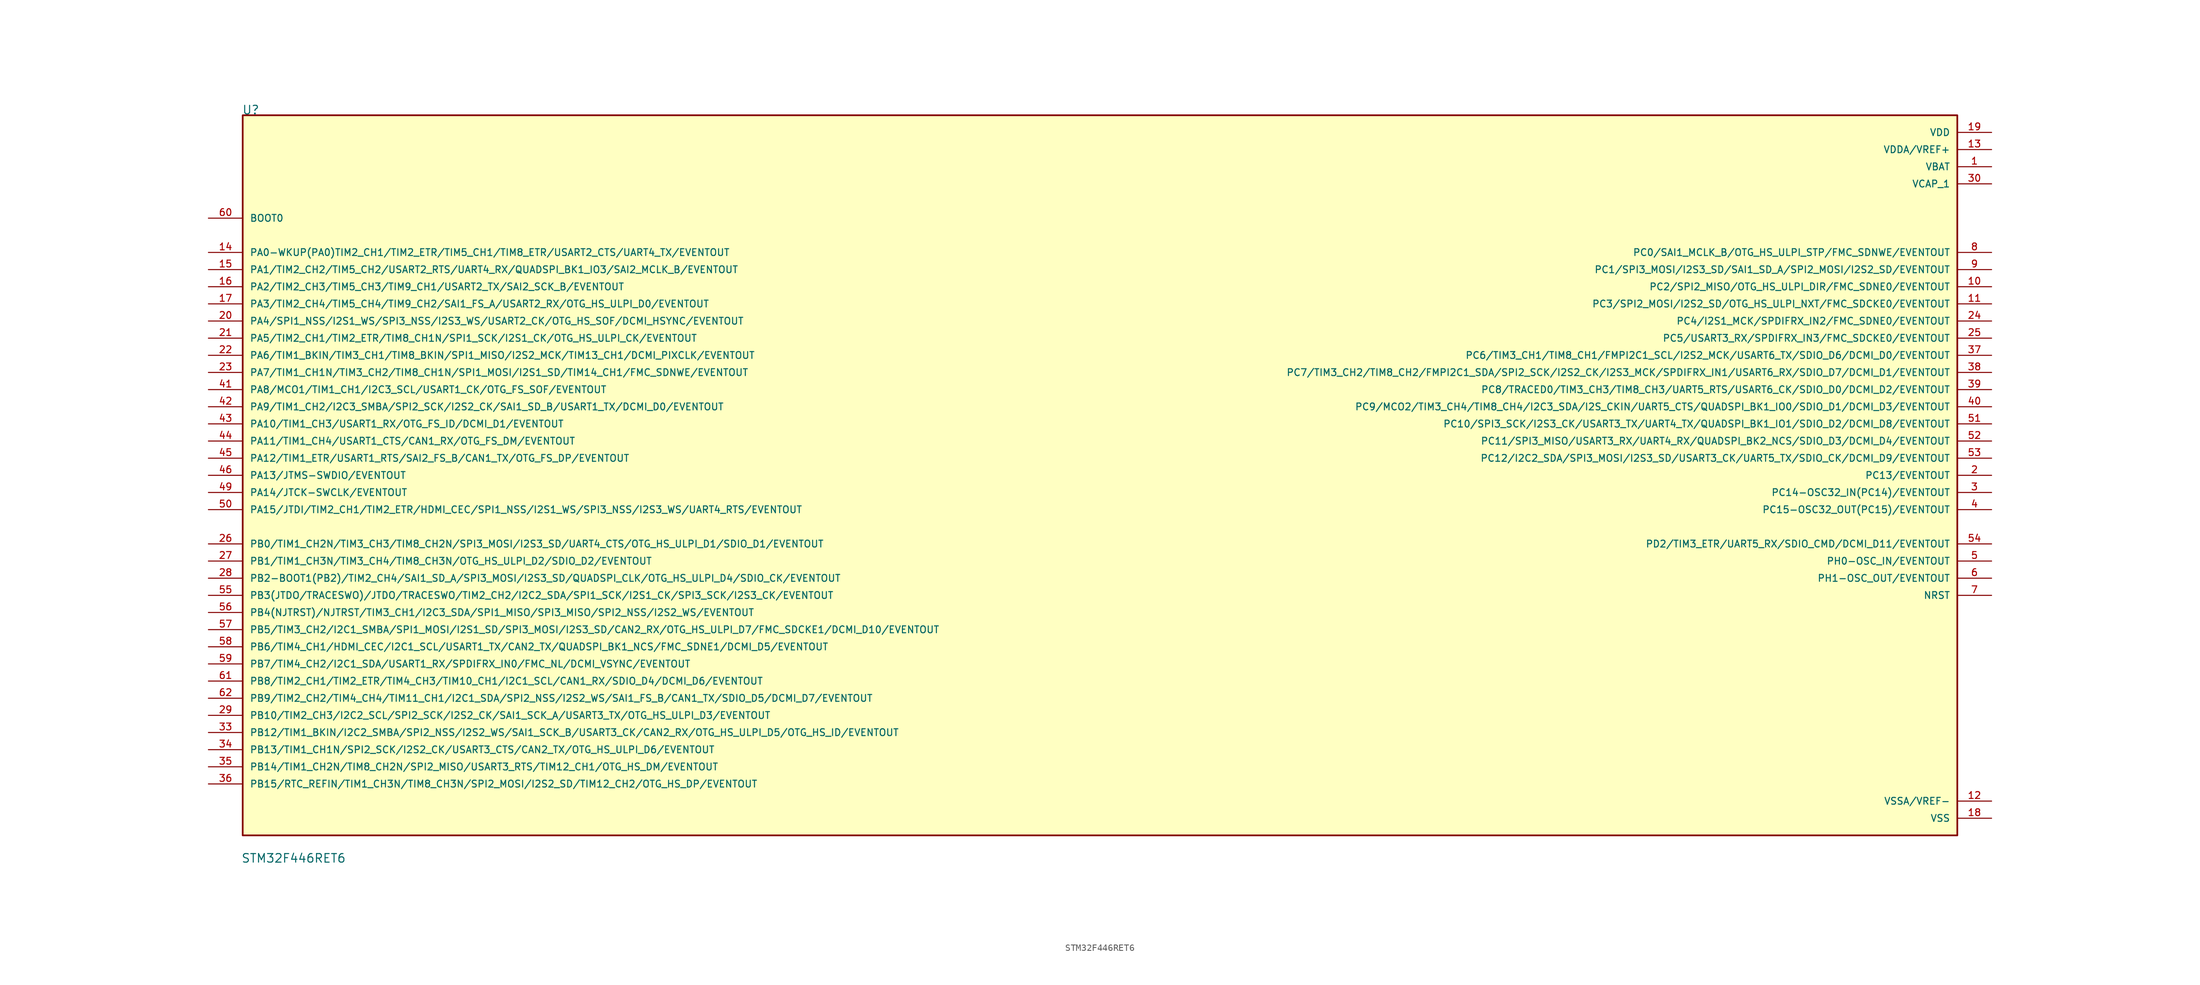
<source format=kicad_sym>
(kicad_symbol_lib
  (version 20211014)
  (generator kicad_symbol_editor)
  (symbol "STM32F446RET6"
    (pin_names
      (offset 1.016))
    (property "Reference" "U"
      (at -127.107 53.385 0)
      (effects (font (size 1.27 1.27)) (justify bottom left)))
    (property "Value" "STM32F446RET6"
      (at -127.233 -55.983 0.0)
      (effects (font (size 1.27 1.27)) (justify top left)))
    (symbol "STM32F446RET6_0_0"
      (rectangle (start -127.0 -53.34) (end 127.0 53.34) (stroke (width 0.254)) (fill (type background)))
      (pin bidirectional line (at -132.08 33.02 0) (length 5.08) (name "PA0-WKUP(PA0)TIM2_CH1/TIM2_ETR/TIM5_CH1/TIM8_ETR/USART2_CTS/UART4_TX/EVENTOUT" (effects (font (size 1.016 1.016)))) (number "14" (effects (font (size 1.016 1.016)))))
      (pin bidirectional line (at -132.08 30.48 0) (length 5.08) (name "PA1/TIM2_CH2/TIM5_CH2/USART2_RTS/UART4_RX/QUADSPI_BK1_IO3/SAI2_MCLK_B/EVENTOUT" (effects (font (size 1.016 1.016)))) (number "15" (effects (font (size 1.016 1.016)))))
      (pin bidirectional line (at -132.08 27.94 0) (length 5.08) (name "PA2/TIM2_CH3/TIM5_CH3/TIM9_CH1/USART2_TX/SAI2_SCK_B/EVENTOUT" (effects (font (size 1.016 1.016)))) (number "16" (effects (font (size 1.016 1.016)))))
      (pin bidirectional line (at -132.08 25.4 0) (length 5.08) (name "PA3/TIM2_CH4/TIM5_CH4/TIM9_CH2/SAI1_FS_A/USART2_RX/OTG_HS_ULPI_D0/EVENTOUT" (effects (font (size 1.016 1.016)))) (number "17" (effects (font (size 1.016 1.016)))))
      (pin bidirectional line (at -132.08 22.86 0) (length 5.08) (name "PA4/SPI1_NSS/I2S1_WS/SPI3_NSS/I2S3_WS/USART2_CK/OTG_HS_SOF/DCMI_HSYNC/EVENTOUT" (effects (font (size 1.016 1.016)))) (number "20" (effects (font (size 1.016 1.016)))))
      (pin bidirectional line (at -132.08 20.32 0) (length 5.08) (name "PA5/TIM2_CH1/TIM2_ETR/TIM8_CH1N/SPI1_SCK/I2S1_CK/OTG_HS_ULPI_CK/EVENTOUT" (effects (font (size 1.016 1.016)))) (number "21" (effects (font (size 1.016 1.016)))))
      (pin bidirectional line (at -132.08 17.78 0) (length 5.08) (name "PA6/TIM1_BKIN/TIM3_CH1/TIM8_BKIN/SPI1_MISO/I2S2_MCK/TIM13_CH1/DCMI_PIXCLK/EVENTOUT" (effects (font (size 1.016 1.016)))) (number "22" (effects (font (size 1.016 1.016)))))
      (pin bidirectional line (at -132.08 15.24 0) (length 5.08) (name "PA7/TIM1_CH1N/TIM3_CH2/TIM8_CH1N/SPI1_MOSI/I2S1_SD/TIM14_CH1/FMC_SDNWE/EVENTOUT" (effects (font (size 1.016 1.016)))) (number "23" (effects (font (size 1.016 1.016)))))
      (pin bidirectional line (at -132.08 12.7 0) (length 5.08) (name "PA8/MCO1/TIM1_CH1/I2C3_SCL/USART1_CK/OTG_FS_SOF/EVENTOUT" (effects (font (size 1.016 1.016)))) (number "41" (effects (font (size 1.016 1.016)))))
      (pin bidirectional line (at -132.08 10.16 0) (length 5.08) (name "PA9/TIM1_CH2/I2C3_SMBA/SPI2_SCK/I2S2_CK/SAI1_SD_B/USART1_TX/DCMI_D0/EVENTOUT" (effects (font (size 1.016 1.016)))) (number "42" (effects (font (size 1.016 1.016)))))
      (pin bidirectional line (at -132.08 7.62 0) (length 5.08) (name "PA10/TIM1_CH3/USART1_RX/OTG_FS_ID/DCMI_D1/EVENTOUT" (effects (font (size 1.016 1.016)))) (number "43" (effects (font (size 1.016 1.016)))))
      (pin bidirectional line (at -132.08 5.08 0) (length 5.08) (name "PA11/TIM1_CH4/USART1_CTS/CAN1_RX/OTG_FS_DM/EVENTOUT" (effects (font (size 1.016 1.016)))) (number "44" (effects (font (size 1.016 1.016)))))
      (pin bidirectional line (at -132.08 2.54 0) (length 5.08) (name "PA12/TIM1_ETR/USART1_RTS/SAI2_FS_B/CAN1_TX/OTG_FS_DP/EVENTOUT" (effects (font (size 1.016 1.016)))) (number "45" (effects (font (size 1.016 1.016)))))
      (pin bidirectional line (at -132.08 0.0 0) (length 5.08) (name "PA13/JTMS-SWDIO/EVENTOUT" (effects (font (size 1.016 1.016)))) (number "46" (effects (font (size 1.016 1.016)))))
      (pin bidirectional line (at -132.08 -2.54 0) (length 5.08) (name "PA14/JTCK-SWCLK/EVENTOUT" (effects (font (size 1.016 1.016)))) (number "49" (effects (font (size 1.016 1.016)))))
      (pin bidirectional line (at -132.08 -5.08 0) (length 5.08) (name "PA15/JTDI/TIM2_CH1/TIM2_ETR/HDMI_CEC/SPI1_NSS/I2S1_WS/SPI3_NSS/I2S3_WS/UART4_RTS/EVENTOUT" (effects (font (size 1.016 1.016)))) (number "50" (effects (font (size 1.016 1.016)))))
      (pin bidirectional line (at -132.08 -10.16 0) (length 5.08) (name "PB0/TIM1_CH2N/TIM3_CH3/TIM8_CH2N/SPI3_MOSI/I2S3_SD/UART4_CTS/OTG_HS_ULPI_D1/SDIO_D1/EVENTOUT" (effects (font (size 1.016 1.016)))) (number "26" (effects (font (size 1.016 1.016)))))
      (pin bidirectional line (at -132.08 -12.7 0) (length 5.08) (name "PB1/TIM1_CH3N/TIM3_CH4/TIM8_CH3N/OTG_HS_ULPI_D2/SDIO_D2/EVENTOUT" (effects (font (size 1.016 1.016)))) (number "27" (effects (font (size 1.016 1.016)))))
      (pin bidirectional line (at -132.08 -15.24 0) (length 5.08) (name "PB2-BOOT1(PB2)/TIM2_CH4/SAI1_SD_A/SPI3_MOSI/I2S3_SD/QUADSPI_CLK/OTG_HS_ULPI_D4/SDIO_CK/EVENTOUT" (effects (font (size 1.016 1.016)))) (number "28" (effects (font (size 1.016 1.016)))))
      (pin bidirectional line (at -132.08 -17.78 0) (length 5.08) (name "PB3(JTDO/TRACESWO)/JTDO/TRACESWO/TIM2_CH2/I2C2_SDA/SPI1_SCK/I2S1_CK/SPI3_SCK/I2S3_CK/EVENTOUT" (effects (font (size 1.016 1.016)))) (number "55" (effects (font (size 1.016 1.016)))))
      (pin bidirectional line (at -132.08 -20.32 0) (length 5.08) (name "PB4(NJTRST)/NJTRST/TIM3_CH1/I2C3_SDA/SPI1_MISO/SPI3_MISO/SPI2_NSS/I2S2_WS/EVENTOUT" (effects (font (size 1.016 1.016)))) (number "56" (effects (font (size 1.016 1.016)))))
      (pin bidirectional line (at -132.08 -22.86 0) (length 5.08) (name "PB5/TIM3_CH2/I2C1_SMBA/SPI1_MOSI/I2S1_SD/SPI3_MOSI/I2S3_SD/CAN2_RX/OTG_HS_ULPI_D7/FMC_SDCKE1/DCMI_D10/EVENTOUT" (effects (font (size 1.016 1.016)))) (number "57" (effects (font (size 1.016 1.016)))))
      (pin bidirectional line (at -132.08 -25.4 0) (length 5.08) (name "PB6/TIM4_CH1/HDMI_CEC/I2C1_SCL/USART1_TX/CAN2_TX/QUADSPI_BK1_NCS/FMC_SDNE1/DCMI_D5/EVENTOUT" (effects (font (size 1.016 1.016)))) (number "58" (effects (font (size 1.016 1.016)))))
      (pin bidirectional line (at -132.08 -27.94 0) (length 5.08) (name "PB7/TIM4_CH2/I2C1_SDA/USART1_RX/SPDIFRX_IN0/FMC_NL/DCMI_VSYNC/EVENTOUT" (effects (font (size 1.016 1.016)))) (number "59" (effects (font (size 1.016 1.016)))))
      (pin bidirectional line (at -132.08 -30.48 0) (length 5.08) (name "PB8/TIM2_CH1/TIM2_ETR/TIM4_CH3/TIM10_CH1/I2C1_SCL/CAN1_RX/SDIO_D4/DCMI_D6/EVENTOUT" (effects (font (size 1.016 1.016)))) (number "61" (effects (font (size 1.016 1.016)))))
      (pin bidirectional line (at -132.08 -33.02 0) (length 5.08) (name "PB9/TIM2_CH2/TIM4_CH4/TIM11_CH1/I2C1_SDA/SPI2_NSS/I2S2_WS/SAI1_FS_B/CAN1_TX/SDIO_D5/DCMI_D7/EVENTOUT" (effects (font (size 1.016 1.016)))) (number "62" (effects (font (size 1.016 1.016)))))
      (pin bidirectional line (at -132.08 -35.56 0) (length 5.08) (name "PB10/TIM2_CH3/I2C2_SCL/SPI2_SCK/I2S2_CK/SAI1_SCK_A/USART3_TX/OTG_HS_ULPI_D3/EVENTOUT" (effects (font (size 1.016 1.016)))) (number "29" (effects (font (size 1.016 1.016)))))
      (pin bidirectional line (at 132.08 -10.16 180.0) (length 5.08) (name "PD2/TIM3_ETR/UART5_RX/SDIO_CMD/DCMI_D11/EVENTOUT" (effects (font (size 1.016 1.016)))) (number "54" (effects (font (size 1.016 1.016)))))
      (pin bidirectional line (at -132.08 -38.1 0) (length 5.08) (name "PB12/TIM1_BKIN/I2C2_SMBA/SPI2_NSS/I2S2_WS/SAI1_SCK_B/USART3_CK/CAN2_RX/OTG_HS_ULPI_D5/OTG_HS_ID/EVENTOUT" (effects (font (size 1.016 1.016)))) (number "33" (effects (font (size 1.016 1.016)))))
      (pin bidirectional line (at -132.08 -40.64 0) (length 5.08) (name "PB13/TIM1_CH1N/SPI2_SCK/I2S2_CK/USART3_CTS/CAN2_TX/OTG_HS_ULPI_D6/EVENTOUT" (effects (font (size 1.016 1.016)))) (number "34" (effects (font (size 1.016 1.016)))))
      (pin bidirectional line (at -132.08 -43.18 0) (length 5.08) (name "PB14/TIM1_CH2N/TIM8_CH2N/SPI2_MISO/USART3_RTS/TIM12_CH1/OTG_HS_DM/EVENTOUT" (effects (font (size 1.016 1.016)))) (number "35" (effects (font (size 1.016 1.016)))))
      (pin bidirectional line (at -132.08 -45.72 0) (length 5.08) (name "PB15/RTC_REFIN/TIM1_CH3N/TIM8_CH3N/SPI2_MOSI/I2S2_SD/TIM12_CH2/OTG_HS_DP/EVENTOUT" (effects (font (size 1.016 1.016)))) (number "36" (effects (font (size 1.016 1.016)))))
      (pin bidirectional line (at 132.08 33.02 180.0) (length 5.08) (name "PC0/SAI1_MCLK_B/OTG_HS_ULPI_STP/FMC_SDNWE/EVENTOUT" (effects (font (size 1.016 1.016)))) (number "8" (effects (font (size 1.016 1.016)))))
      (pin bidirectional line (at 132.08 30.48 180.0) (length 5.08) (name "PC1/SPI3_MOSI/I2S3_SD/SAI1_SD_A/SPI2_MOSI/I2S2_SD/EVENTOUT" (effects (font (size 1.016 1.016)))) (number "9" (effects (font (size 1.016 1.016)))))
      (pin bidirectional line (at 132.08 27.94 180.0) (length 5.08) (name "PC2/SPI2_MISO/OTG_HS_ULPI_DIR/FMC_SDNE0/EVENTOUT" (effects (font (size 1.016 1.016)))) (number "10" (effects (font (size 1.016 1.016)))))
      (pin bidirectional line (at 132.08 25.4 180.0) (length 5.08) (name "PC3/SPI2_MOSI/I2S2_SD/OTG_HS_ULPI_NXT/FMC_SDCKE0/EVENTOUT" (effects (font (size 1.016 1.016)))) (number "11" (effects (font (size 1.016 1.016)))))
      (pin bidirectional line (at 132.08 22.86 180.0) (length 5.08) (name "PC4/I2S1_MCK/SPDIFRX_IN2/FMC_SDNE0/EVENTOUT" (effects (font (size 1.016 1.016)))) (number "24" (effects (font (size 1.016 1.016)))))
      (pin bidirectional line (at 132.08 20.32 180.0) (length 5.08) (name "PC5/USART3_RX/SPDIFRX_IN3/FMC_SDCKE0/EVENTOUT" (effects (font (size 1.016 1.016)))) (number "25" (effects (font (size 1.016 1.016)))))
      (pin bidirectional line (at 132.08 17.78 180.0) (length 5.08) (name "PC6/TIM3_CH1/TIM8_CH1/FMPI2C1_SCL/I2S2_MCK/USART6_TX/SDIO_D6/DCMI_D0/EVENTOUT" (effects (font (size 1.016 1.016)))) (number "37" (effects (font (size 1.016 1.016)))))
      (pin bidirectional line (at 132.08 15.24 180.0) (length 5.08) (name "PC7/TIM3_CH2/TIM8_CH2/FMPI2C1_SDA/SPI2_SCK/I2S2_CK/I2S3_MCK/SPDIFRX_IN1/USART6_RX/SDIO_D7/DCMI_D1/EVENTOUT" (effects (font (size 1.016 1.016)))) (number "38" (effects (font (size 1.016 1.016)))))
      (pin bidirectional line (at 132.08 12.7 180.0) (length 5.08) (name "PC8/TRACED0/TIM3_CH3/TIM8_CH3/UART5_RTS/USART6_CK/SDIO_D0/DCMI_D2/EVENTOUT" (effects (font (size 1.016 1.016)))) (number "39" (effects (font (size 1.016 1.016)))))
      (pin bidirectional line (at 132.08 10.16 180.0) (length 5.08) (name "PC9/MCO2/TIM3_CH4/TIM8_CH4/I2C3_SDA/I2S_CKIN/UART5_CTS/QUADSPI_BK1_IO0/SDIO_D1/DCMI_D3/EVENTOUT" (effects (font (size 1.016 1.016)))) (number "40" (effects (font (size 1.016 1.016)))))
      (pin bidirectional line (at 132.08 7.62 180.0) (length 5.08) (name "PC10/SPI3_SCK/I2S3_CK/USART3_TX/UART4_TX/QUADSPI_BK1_IO1/SDIO_D2/DCMI_D8/EVENTOUT" (effects (font (size 1.016 1.016)))) (number "51" (effects (font (size 1.016 1.016)))))
      (pin bidirectional line (at 132.08 5.08 180.0) (length 5.08) (name "PC11/SPI3_MISO/USART3_RX/UART4_RX/QUADSPI_BK2_NCS/SDIO_D3/DCMI_D4/EVENTOUT" (effects (font (size 1.016 1.016)))) (number "52" (effects (font (size 1.016 1.016)))))
      (pin bidirectional line (at 132.08 2.54 180.0) (length 5.08) (name "PC12/I2C2_SDA/SPI3_MOSI/I2S3_SD/USART3_CK/UART5_TX/SDIO_CK/DCMI_D9/EVENTOUT" (effects (font (size 1.016 1.016)))) (number "53" (effects (font (size 1.016 1.016)))))
      (pin bidirectional line (at 132.08 0.0 180.0) (length 5.08) (name "PC13/EVENTOUT" (effects (font (size 1.016 1.016)))) (number "2" (effects (font (size 1.016 1.016)))))
      (pin bidirectional line (at 132.08 -2.54 180.0) (length 5.08) (name "PC14-OSC32_IN(PC14)/EVENTOUT" (effects (font (size 1.016 1.016)))) (number "3" (effects (font (size 1.016 1.016)))))
      (pin bidirectional line (at 132.08 -5.08 180.0) (length 5.08) (name "PC15-OSC32_OUT(PC15)/EVENTOUT" (effects (font (size 1.016 1.016)))) (number "4" (effects (font (size 1.016 1.016)))))
      (pin power_in line (at 132.08 45.72 180.0) (length 5.08) (name "VBAT" (effects (font (size 1.016 1.016)))) (number "1" (effects (font (size 1.016 1.016)))))
      (pin bidirectional line (at 132.08 -12.7 180.0) (length 5.08) (name "PH0-OSC_IN/EVENTOUT" (effects (font (size 1.016 1.016)))) (number "5" (effects (font (size 1.016 1.016)))))
      (pin bidirectional line (at 132.08 -15.24 180.0) (length 5.08) (name "PH1-OSC_OUT/EVENTOUT" (effects (font (size 1.016 1.016)))) (number "6" (effects (font (size 1.016 1.016)))))
      (pin bidirectional line (at 132.08 -17.78 180.0) (length 5.08) (name "NRST" (effects (font (size 1.016 1.016)))) (number "7" (effects (font (size 1.016 1.016)))))
      (pin power_in line (at 132.08 -48.26 180.0) (length 5.08) (name "VSSA/VREF-" (effects (font (size 1.016 1.016)))) (number "12" (effects (font (size 1.016 1.016)))))
      (pin power_in line (at 132.08 48.26 180.0) (length 5.08) (name "VDDA/VREF+" (effects (font (size 1.016 1.016)))) (number "13" (effects (font (size 1.016 1.016)))))
      (pin power_in line (at 132.08 50.8 180.0) (length 5.08) (name "VDD" (effects (font (size 1.016 1.016)))) (number "19" (effects (font (size 1.016 1.016)))))
      (pin power_in line (at 132.08 50.8 180.0) (length 5.08) hide (name "VDD" (effects (font (size 1.016 1.016)))) (number "32" (effects (font (size 1.016 1.016)))))
      (pin power_in line (at 132.08 50.8 180.0) (length 5.08) hide (name "VDD" (effects (font (size 1.016 1.016)))) (number "48" (effects (font (size 1.016 1.016)))))
      (pin power_in line (at 132.08 50.8 180.0) (length 5.08) hide (name "VDD" (effects (font (size 1.016 1.016)))) (number "64" (effects (font (size 1.016 1.016)))))
      (pin power_in line (at 132.08 -50.8 180.0) (length 5.08) (name "VSS" (effects (font (size 1.016 1.016)))) (number "18" (effects (font (size 1.016 1.016)))))
      (pin power_in line (at 132.08 -50.8 180.0) (length 5.08) hide (name "VSS" (effects (font (size 1.016 1.016)))) (number "31" (effects (font (size 1.016 1.016)))))
      (pin power_in line (at 132.08 -50.8 180.0) (length 5.08) hide (name "VSS" (effects (font (size 1.016 1.016)))) (number "47" (effects (font (size 1.016 1.016)))))
      (pin power_in line (at 132.08 -50.8 180.0) (length 5.08) hide (name "VSS" (effects (font (size 1.016 1.016)))) (number "63" (effects (font (size 1.016 1.016)))))
      (pin power_in line (at 132.08 43.18 180.0) (length 5.08) (name "VCAP_1" (effects (font (size 1.016 1.016)))) (number "30" (effects (font (size 1.016 1.016)))))
      (pin input line (at -132.08 38.1 0) (length 5.08) (name "BOOT0" (effects (font (size 1.016 1.016)))) (number "60" (effects (font (size 1.016 1.016))))))))
</source>
